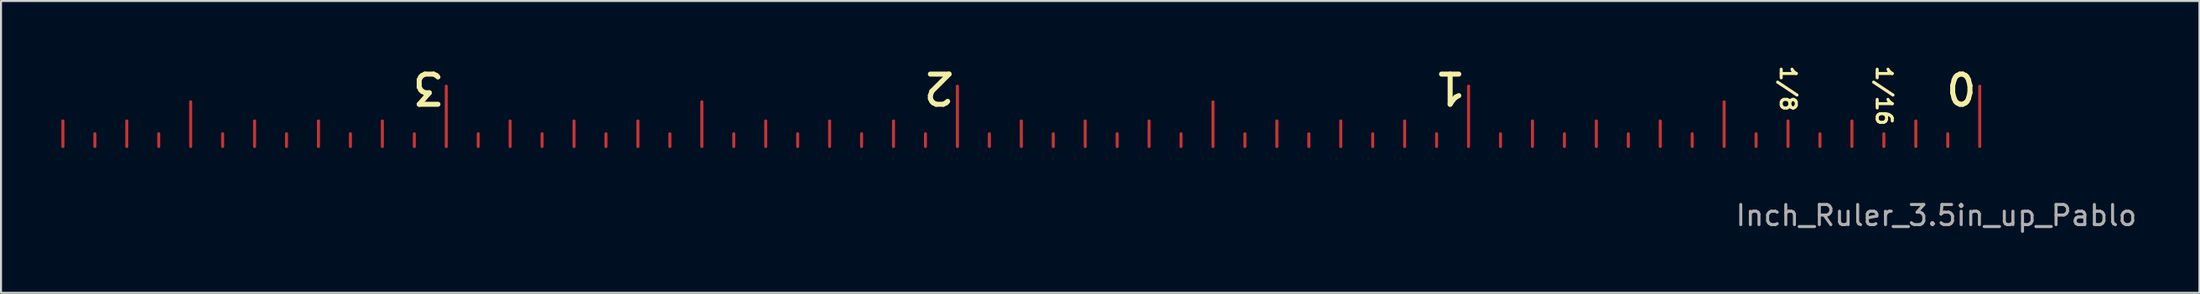
<source format=kicad_pcb>
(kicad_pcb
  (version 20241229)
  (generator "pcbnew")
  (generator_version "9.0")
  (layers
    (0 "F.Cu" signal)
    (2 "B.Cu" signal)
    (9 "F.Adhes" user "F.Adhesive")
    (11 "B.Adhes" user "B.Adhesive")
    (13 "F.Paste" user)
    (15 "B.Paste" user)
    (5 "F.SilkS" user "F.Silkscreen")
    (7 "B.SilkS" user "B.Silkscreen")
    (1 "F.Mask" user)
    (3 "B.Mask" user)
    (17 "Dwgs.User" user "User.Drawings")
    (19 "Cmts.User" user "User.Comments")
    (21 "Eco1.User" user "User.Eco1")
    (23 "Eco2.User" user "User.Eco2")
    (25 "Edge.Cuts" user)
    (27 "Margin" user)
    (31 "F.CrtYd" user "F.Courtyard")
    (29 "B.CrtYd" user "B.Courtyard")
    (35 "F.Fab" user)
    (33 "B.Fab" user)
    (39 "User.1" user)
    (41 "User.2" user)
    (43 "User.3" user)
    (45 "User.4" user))
  (footprint "Inch_Ruler_3.5in_up_Pablo"
    (layer "F.Cu")
    (at 95.325 4.238)
    (property "Reference" "Inch_Ruler_3.5in_up_Pablo" (at -2.159 3.429 0) (layer "F.Fab") (effects (font (size 1 1) (thickness 0.15))))
    (attr through_hole)
    (fp_line (start -95.25 0) (end -95.25 -1.27) (stroke (width 0.15) (type solid)) (layer "F.Cu"))
    (fp_line (start -93.662 0) (end -93.662 -0.635) (stroke (width 0.15) (type solid)) (layer "F.Cu"))
    (fp_line (start -92.075 0) (end -92.075 -1.27) (stroke (width 0.15) (type solid)) (layer "F.Cu"))
    (fp_line (start -90.487 0) (end -90.487 -0.635) (stroke (width 0.15) (type solid)) (layer "F.Cu"))
    (fp_line (start -88.9 0) (end -88.9 -2.223) (stroke (width 0.15) (type solid)) (layer "F.Cu"))
    (fp_line (start -87.312 0) (end -87.312 -0.635) (stroke (width 0.15) (type solid)) (layer "F.Cu"))
    (fp_line (start -85.725 0) (end -85.725 -1.27) (stroke (width 0.15) (type solid)) (layer "F.Cu"))
    (fp_line (start -84.138 0) (end -84.138 -0.635) (stroke (width 0.15) (type solid)) (layer "F.Cu"))
    (fp_line (start -82.55 0) (end -82.55 -1.27) (stroke (width 0.15) (type solid)) (layer "F.Cu"))
    (fp_line (start -80.963 0) (end -80.963 -0.635) (stroke (width 0.15) (type solid)) (layer "F.Cu"))
    (fp_line (start -79.375 0) (end -79.375 -1.27) (stroke (width 0.15) (type solid)) (layer "F.Cu"))
    (fp_line (start -77.787 0) (end -77.787 -0.635) (stroke (width 0.15) (type solid)) (layer "F.Cu"))
    (fp_line (start -76.2 0) (end -76.2 -3) (stroke (width 0.15) (type solid)) (layer "F.Cu"))
    (fp_line (start -74.612 0) (end -74.612 -0.635) (stroke (width 0.15) (type solid)) (layer "F.Cu"))
    (fp_line (start -73.025 0) (end -73.025 -1.27) (stroke (width 0.15) (type solid)) (layer "F.Cu"))
    (fp_line (start -71.438 0) (end -71.438 -0.635) (stroke (width 0.15) (type solid)) (layer "F.Cu"))
    (fp_line (start -69.85 0) (end -69.85 -1.27) (stroke (width 0.15) (type solid)) (layer "F.Cu"))
    (fp_line (start -68.263 0) (end -68.263 -0.635) (stroke (width 0.15) (type solid)) (layer "F.Cu"))
    (fp_line (start -66.675 0) (end -66.675 -1.27) (stroke (width 0.15) (type solid)) (layer "F.Cu"))
    (fp_line (start -65.088 0) (end -65.088 -0.635) (stroke (width 0.15) (type solid)) (layer "F.Cu"))
    (fp_line (start -63.5 0) (end -63.5 -2.223) (stroke (width 0.15) (type solid)) (layer "F.Cu"))
    (fp_line (start -61.913 0) (end -61.913 -0.635) (stroke (width 0.15) (type solid)) (layer "F.Cu"))
    (fp_line (start -60.325 0) (end -60.325 -1.27) (stroke (width 0.15) (type solid)) (layer "F.Cu"))
    (fp_line (start -58.737 0) (end -58.737 -0.635) (stroke (width 0.15) (type solid)) (layer "F.Cu"))
    (fp_line (start -57.15 0) (end -57.15 -1.27) (stroke (width 0.15) (type solid)) (layer "F.Cu"))
    (fp_line (start -55.562 0) (end -55.562 -0.635) (stroke (width 0.15) (type solid)) (layer "F.Cu"))
    (fp_line (start -53.975 0) (end -53.975 -1.27) (stroke (width 0.15) (type solid)) (layer "F.Cu"))
    (fp_line (start -52.388 0) (end -52.388 -0.635) (stroke (width 0.15) (type solid)) (layer "F.Cu"))
    (fp_line (start -50.8 0) (end -50.8 -3) (stroke (width 0.15) (type solid)) (layer "F.Cu"))
    (fp_line (start -49.212 0) (end -49.212 -0.635) (stroke (width 0.15) (type solid)) (layer "F.Cu"))
    (fp_line (start -47.625 0) (end -47.625 -1.27) (stroke (width 0.15) (type solid)) (layer "F.Cu"))
    (fp_line (start -46.038 0) (end -46.038 -0.635) (stroke (width 0.15) (type solid)) (layer "F.Cu"))
    (fp_line (start -44.45 0) (end -44.45 -1.27) (stroke (width 0.15) (type solid)) (layer "F.Cu"))
    (fp_line (start -42.862 0) (end -42.862 -0.635) (stroke (width 0.15) (type solid)) (layer "F.Cu"))
    (fp_line (start -41.275 0) (end -41.275 -1.27) (stroke (width 0.15) (type solid)) (layer "F.Cu"))
    (fp_line (start -39.688 0) (end -39.688 -0.635) (stroke (width 0.15) (type solid)) (layer "F.Cu"))
    (fp_line (start -38.1 0) (end -38.1 -2.223) (stroke (width 0.15) (type solid)) (layer "F.Cu"))
    (fp_line (start -36.513 0) (end -36.513 -0.635) (stroke (width 0.15) (type solid)) (layer "F.Cu"))
    (fp_line (start -34.925 0) (end -34.925 -1.27) (stroke (width 0.15) (type solid)) (layer "F.Cu"))
    (fp_line (start -33.337 0) (end -33.337 -0.635) (stroke (width 0.15) (type solid)) (layer "F.Cu"))
    (fp_line (start -31.75 0) (end -31.75 -1.27) (stroke (width 0.15) (type solid)) (layer "F.Cu"))
    (fp_line (start -30.163 0) (end -30.163 -0.635) (stroke (width 0.15) (type solid)) (layer "F.Cu"))
    (fp_line (start -28.575 0) (end -28.575 -1.27) (stroke (width 0.15) (type solid)) (layer "F.Cu"))
    (fp_line (start -26.988 0) (end -26.988 -0.635) (stroke (width 0.15) (type solid)) (layer "F.Cu"))
    (fp_line (start -25.4 0) (end -25.4 -3) (stroke (width 0.15) (type solid)) (layer "F.Cu"))
    (fp_line (start -23.812 0) (end -23.812 -0.635) (stroke (width 0.15) (type solid)) (layer "F.Cu"))
    (fp_line (start -22.225 0) (end -22.225 -1.27) (stroke (width 0.15) (type solid)) (layer "F.Cu"))
    (fp_line (start -20.637 0) (end -20.637 -0.635) (stroke (width 0.15) (type solid)) (layer "F.Cu"))
    (fp_line (start -19.05 0) (end -19.05 -1.27) (stroke (width 0.15) (type solid)) (layer "F.Cu"))
    (fp_line (start -17.462 0) (end -17.462 -0.635) (stroke (width 0.15) (type solid)) (layer "F.Cu"))
    (fp_line (start -15.875 0) (end -15.875 -1.27) (stroke (width 0.15) (type solid)) (layer "F.Cu"))
    (fp_line (start -14.287 0) (end -14.287 -0.635) (stroke (width 0.15) (type solid)) (layer "F.Cu"))
    (fp_line (start -12.7 0) (end -12.7 -2.223) (stroke (width 0.15) (type solid)) (layer "F.Cu"))
    (fp_line (start -11.113 0) (end -11.113 -0.635) (stroke (width 0.15) (type solid)) (layer "F.Cu"))
    (fp_line (start -9.525 0) (end -9.525 -1.27) (stroke (width 0.15) (type solid)) (layer "F.Cu"))
    (fp_line (start -7.938 0) (end -7.938 -0.635) (stroke (width 0.15) (type solid)) (layer "F.Cu"))
    (fp_line (start -6.35 0) (end -6.35 -1.27) (stroke (width 0.15) (type solid)) (layer "F.Cu"))
    (fp_line (start -4.763 0) (end -4.763 -0.635) (stroke (width 0.15) (type solid)) (layer "F.Cu"))
    (fp_line (start -3.175 0) (end -3.175 -1.27) (stroke (width 0.15) (type solid)) (layer "F.Cu"))
    (fp_line (start -1.587 0) (end -1.587 -0.635) (stroke (width 0.15) (type solid)) (layer "F.Cu"))
    (fp_line (start 0 0) (end 0 -3) (stroke (width 0.15) (type solid)) (layer "F.Cu"))
    (fp_line (start -95.25 0) (end -95.25 -1.27) (stroke (width 0.15) (type solid)) (layer "F.Mask"))
    (fp_line (start -93.662 0) (end -93.662 -0.635) (stroke (width 0.15) (type solid)) (layer "F.Mask"))
    (fp_line (start -92.075 0) (end -92.075 -1.27) (stroke (width 0.15) (type solid)) (layer "F.Mask"))
    (fp_line (start -90.487 0) (end -90.487 -0.635) (stroke (width 0.15) (type solid)) (layer "F.Mask"))
    (fp_line (start -88.9 0) (end -88.9 -2.223) (stroke (width 0.15) (type solid)) (layer "F.Mask"))
    (fp_line (start -87.312 0) (end -87.312 -0.635) (stroke (width 0.15) (type solid)) (layer "F.Mask"))
    (fp_line (start -85.725 0) (end -85.725 -1.27) (stroke (width 0.15) (type solid)) (layer "F.Mask"))
    (fp_line (start -84.138 0) (end -84.138 -0.635) (stroke (width 0.15) (type solid)) (layer "F.Mask"))
    (fp_line (start -82.55 0) (end -82.55 -1.27) (stroke (width 0.15) (type solid)) (layer "F.Mask"))
    (fp_line (start -80.963 0) (end -80.963 -0.635) (stroke (width 0.15) (type solid)) (layer "F.Mask"))
    (fp_line (start -79.375 0) (end -79.375 -1.27) (stroke (width 0.15) (type solid)) (layer "F.Mask"))
    (fp_line (start -77.787 0) (end -77.787 -0.635) (stroke (width 0.15) (type solid)) (layer "F.Mask"))
    (fp_line (start -76.2 0) (end -76.2 -3) (stroke (width 0.15) (type solid)) (layer "F.Mask"))
    (fp_line (start -74.612 0) (end -74.612 -0.635) (stroke (width 0.15) (type solid)) (layer "F.Mask"))
    (fp_line (start -73.025 0) (end -73.025 -1.27) (stroke (width 0.15) (type solid)) (layer "F.Mask"))
    (fp_line (start -71.438 0) (end -71.438 -0.635) (stroke (width 0.15) (type solid)) (layer "F.Mask"))
    (fp_line (start -69.85 0) (end -69.85 -1.27) (stroke (width 0.15) (type solid)) (layer "F.Mask"))
    (fp_line (start -68.263 0) (end -68.263 -0.635) (stroke (width 0.15) (type solid)) (layer "F.Mask"))
    (fp_line (start -66.675 0) (end -66.675 -1.27) (stroke (width 0.15) (type solid)) (layer "F.Mask"))
    (fp_line (start -65.088 0) (end -65.088 -0.635) (stroke (width 0.15) (type solid)) (layer "F.Mask"))
    (fp_line (start -63.5 0) (end -63.5 -2.223) (stroke (width 0.15) (type solid)) (layer "F.Mask"))
    (fp_line (start -61.913 0) (end -61.913 -0.635) (stroke (width 0.15) (type solid)) (layer "F.Mask"))
    (fp_line (start -60.325 0) (end -60.325 -1.27) (stroke (width 0.15) (type solid)) (layer "F.Mask"))
    (fp_line (start -58.737 0) (end -58.737 -0.635) (stroke (width 0.15) (type solid)) (layer "F.Mask"))
    (fp_line (start -57.15 0) (end -57.15 -1.27) (stroke (width 0.15) (type solid)) (layer "F.Mask"))
    (fp_line (start -55.562 0) (end -55.562 -0.635) (stroke (width 0.15) (type solid)) (layer "F.Mask"))
    (fp_line (start -53.975 0) (end -53.975 -1.27) (stroke (width 0.15) (type solid)) (layer "F.Mask"))
    (fp_line (start -52.388 0) (end -52.388 -0.635) (stroke (width 0.15) (type solid)) (layer "F.Mask"))
    (fp_line (start -50.8 0) (end -50.8 -3) (stroke (width 0.15) (type solid)) (layer "F.Mask"))
    (fp_line (start -49.212 0) (end -49.212 -0.635) (stroke (width 0.15) (type solid)) (layer "F.Mask"))
    (fp_line (start -47.625 0) (end -47.625 -1.27) (stroke (width 0.15) (type solid)) (layer "F.Mask"))
    (fp_line (start -46.038 0) (end -46.038 -0.635) (stroke (width 0.15) (type solid)) (layer "F.Mask"))
    (fp_line (start -44.45 0) (end -44.45 -1.27) (stroke (width 0.15) (type solid)) (layer "F.Mask"))
    (fp_line (start -42.862 0) (end -42.862 -0.635) (stroke (width 0.15) (type solid)) (layer "F.Mask"))
    (fp_line (start -41.275 0) (end -41.275 -1.27) (stroke (width 0.15) (type solid)) (layer "F.Mask"))
    (fp_line (start -39.688 0) (end -39.688 -0.635) (stroke (width 0.15) (type solid)) (layer "F.Mask"))
    (fp_line (start -38.1 0) (end -38.1 -2.223) (stroke (width 0.15) (type solid)) (layer "F.Mask"))
    (fp_line (start -36.513 0) (end -36.513 -0.635) (stroke (width 0.15) (type solid)) (layer "F.Mask"))
    (fp_line (start -34.925 0) (end -34.925 -1.27) (stroke (width 0.15) (type solid)) (layer "F.Mask"))
    (fp_line (start -33.337 0) (end -33.337 -0.635) (stroke (width 0.15) (type solid)) (layer "F.Mask"))
    (fp_line (start -31.75 0) (end -31.75 -1.27) (stroke (width 0.15) (type solid)) (layer "F.Mask"))
    (fp_line (start -30.163 0) (end -30.163 -0.635) (stroke (width 0.15) (type solid)) (layer "F.Mask"))
    (fp_line (start -28.575 0) (end -28.575 -1.27) (stroke (width 0.15) (type solid)) (layer "F.Mask"))
    (fp_line (start -26.988 0) (end -26.988 -0.635) (stroke (width 0.15) (type solid)) (layer "F.Mask"))
    (fp_line (start -25.4 0) (end -25.4 -3) (stroke (width 0.15) (type solid)) (layer "F.Mask"))
    (fp_line (start -23.812 0) (end -23.812 -0.635) (stroke (width 0.15) (type solid)) (layer "F.Mask"))
    (fp_line (start -22.225 0) (end -22.225 -1.27) (stroke (width 0.15) (type solid)) (layer "F.Mask"))
    (fp_line (start -20.637 0) (end -20.637 -0.635) (stroke (width 0.15) (type solid)) (layer "F.Mask"))
    (fp_line (start -19.05 0) (end -19.05 -1.27) (stroke (width 0.15) (type solid)) (layer "F.Mask"))
    (fp_line (start -17.462 0) (end -17.462 -0.635) (stroke (width 0.15) (type solid)) (layer "F.Mask"))
    (fp_line (start -15.875 0) (end -15.875 -1.27) (stroke (width 0.15) (type solid)) (layer "F.Mask"))
    (fp_line (start -14.287 0) (end -14.287 -0.635) (stroke (width 0.15) (type solid)) (layer "F.Mask"))
    (fp_line (start -12.7 0) (end -12.7 -2.223) (stroke (width 0.15) (type solid)) (layer "F.Mask"))
    (fp_line (start -11.113 0) (end -11.113 -0.635) (stroke (width 0.15) (type solid)) (layer "F.Mask"))
    (fp_line (start -9.525 0) (end -9.525 -1.27) (stroke (width 0.15) (type solid)) (layer "F.Mask"))
    (fp_line (start -7.938 0) (end -7.938 -0.635) (stroke (width 0.15) (type solid)) (layer "F.Mask"))
    (fp_line (start -6.35 0) (end -6.35 -1.27) (stroke (width 0.15) (type solid)) (layer "F.Mask"))
    (fp_line (start -4.763 0) (end -4.763 -0.635) (stroke (width 0.15) (type solid)) (layer "F.Mask"))
    (fp_line (start -3.175 0) (end -3.175 -1.27) (stroke (width 0.15) (type solid)) (layer "F.Mask"))
    (fp_line (start -1.587 0) (end -1.587 -0.635) (stroke (width 0.15) (type solid)) (layer "F.Mask"))
    (fp_line (start 0 0) (end 0 -3) (stroke (width 0.15) (type solid)) (layer "F.Mask"))
    (fp_text user "3" (at -77.114 -2.922 180) (unlocked yes) (layer "F.SilkS") (effects (font (size 1.5 1.5) (thickness 0.25))))
    (fp_text user "1" (at -26.314 -2.922 180) (unlocked yes) (layer "F.SilkS") (effects (font (size 1.5 1.5) (thickness 0.25))))
    (fp_text user "0" (at -0.914 -2.922 180) (unlocked yes) (layer "F.SilkS") (effects (font (size 1.5 1.5) (thickness 0.25))))
    (fp_text user "1/16" (at -4.755 -2.525 270) (unlocked yes) (layer "F.SilkS") (effects (font (size 0.75 0.75) (thickness 0.15))))
    (fp_text user "1/8" (at -9.525 -2.882 270) (unlocked yes) (layer "F.SilkS") (effects (font (size 0.75 0.75) (thickness 0.15))))
    (fp_text user "2" (at -51.714 -2.922 180) (unlocked yes) (layer "F.SilkS") (effects (font (size 1.5 1.5) (thickness 0.25)))))
  (gr_rect
    (start -3 -3)
    (end 106.243 11.515)
    (stroke (width 0.1) (type default))
    (fill no)
    (layer "Edge.Cuts")))
</source>
